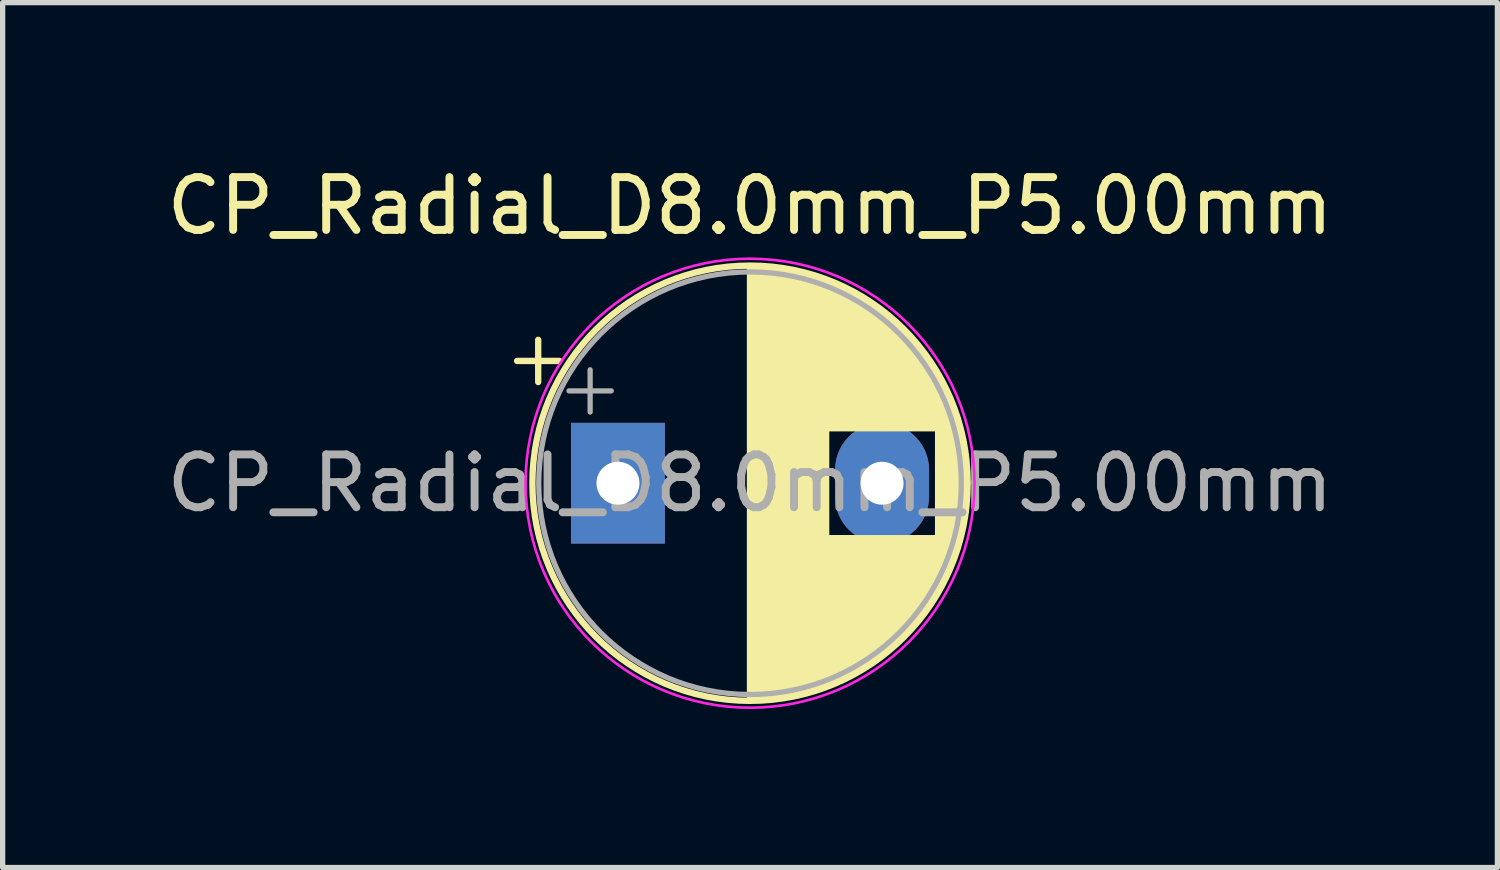
<source format=kicad_pcb>
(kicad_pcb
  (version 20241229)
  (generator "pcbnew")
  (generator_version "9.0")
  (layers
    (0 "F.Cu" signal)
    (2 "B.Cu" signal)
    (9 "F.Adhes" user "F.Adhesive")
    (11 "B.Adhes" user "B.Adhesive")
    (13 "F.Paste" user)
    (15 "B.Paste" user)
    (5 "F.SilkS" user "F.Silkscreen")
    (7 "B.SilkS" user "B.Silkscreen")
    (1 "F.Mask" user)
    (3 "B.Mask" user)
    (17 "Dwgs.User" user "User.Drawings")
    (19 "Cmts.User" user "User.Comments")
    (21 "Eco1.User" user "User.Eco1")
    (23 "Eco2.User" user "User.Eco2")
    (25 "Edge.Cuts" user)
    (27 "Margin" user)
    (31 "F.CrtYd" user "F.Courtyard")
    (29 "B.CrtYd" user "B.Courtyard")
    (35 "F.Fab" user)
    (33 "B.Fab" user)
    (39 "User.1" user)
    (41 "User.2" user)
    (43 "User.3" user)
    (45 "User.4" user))
  (footprint "CP_Radial_D8.0mm_P5.00mm"
    (layer "F.Cu")
    (at 8.649 6.098)
    (property "Reference" "CP_Radial_D8.0mm_P5.00mm" (at 2.5 -5.25 0) (layer "F.SilkS") (effects (font (size 1 1) (thickness 0.15))))
    (attr through_hole)
    (fp_line (start -1.91 -2.315) (end -1.11 -2.315) (stroke (width 0.12) (type solid)) (layer "F.SilkS"))
    (fp_line (start -1.51 -2.715) (end -1.51 -1.915) (stroke (width 0.12) (type solid)) (layer "F.SilkS"))
    (fp_line (start 2.5 -4.08) (end 2.5 4.08) (stroke (width 0.12) (type solid)) (layer "F.SilkS"))
    (fp_line (start 2.54 -4.08) (end 2.54 4.08) (stroke (width 0.12) (type solid)) (layer "F.SilkS"))
    (fp_line (start 2.58 -4.08) (end 2.58 4.08) (stroke (width 0.12) (type solid)) (layer "F.SilkS"))
    (fp_line (start 2.62 -4.079) (end 2.62 4.079) (stroke (width 0.12) (type solid)) (layer "F.SilkS"))
    (fp_line (start 2.66 -4.077) (end 2.66 4.077) (stroke (width 0.12) (type solid)) (layer "F.SilkS"))
    (fp_line (start 2.7 -4.076) (end 2.7 4.076) (stroke (width 0.12) (type solid)) (layer "F.SilkS"))
    (fp_line (start 2.74 -4.074) (end 2.74 4.074) (stroke (width 0.12) (type solid)) (layer "F.SilkS"))
    (fp_line (start 2.78 -4.071) (end 2.78 4.071) (stroke (width 0.12) (type solid)) (layer "F.SilkS"))
    (fp_line (start 2.82 -4.068) (end 2.82 4.068) (stroke (width 0.12) (type solid)) (layer "F.SilkS"))
    (fp_line (start 2.86 -4.065) (end 2.86 4.065) (stroke (width 0.12) (type solid)) (layer "F.SilkS"))
    (fp_line (start 2.9 -4.061) (end 2.9 4.061) (stroke (width 0.12) (type solid)) (layer "F.SilkS"))
    (fp_line (start 2.94 -4.057) (end 2.94 4.057) (stroke (width 0.12) (type solid)) (layer "F.SilkS"))
    (fp_line (start 2.98 -4.052) (end 2.98 4.052) (stroke (width 0.12) (type solid)) (layer "F.SilkS"))
    (fp_line (start 3.02 -4.048) (end 3.02 4.048) (stroke (width 0.12) (type solid)) (layer "F.SilkS"))
    (fp_line (start 3.06 -4.042) (end 3.06 4.042) (stroke (width 0.12) (type solid)) (layer "F.SilkS"))
    (fp_line (start 3.1 -4.037) (end 3.1 4.037) (stroke (width 0.12) (type solid)) (layer "F.SilkS"))
    (fp_line (start 3.14 -4.03) (end 3.14 4.03) (stroke (width 0.12) (type solid)) (layer "F.SilkS"))
    (fp_line (start 3.18 -4.024) (end 3.18 4.024) (stroke (width 0.12) (type solid)) (layer "F.SilkS"))
    (fp_line (start 3.221 -4.017) (end 3.221 4.017) (stroke (width 0.12) (type solid)) (layer "F.SilkS"))
    (fp_line (start 3.261 -4.01) (end 3.261 4.01) (stroke (width 0.12) (type solid)) (layer "F.SilkS"))
    (fp_line (start 3.301 -4.002) (end 3.301 4.002) (stroke (width 0.12) (type solid)) (layer "F.SilkS"))
    (fp_line (start 3.341 -3.994) (end 3.341 3.994) (stroke (width 0.12) (type solid)) (layer "F.SilkS"))
    (fp_line (start 3.381 -3.985) (end 3.381 3.985) (stroke (width 0.12) (type solid)) (layer "F.SilkS"))
    (fp_line (start 3.421 -3.976) (end 3.421 3.976) (stroke (width 0.12) (type solid)) (layer "F.SilkS"))
    (fp_line (start 3.461 -3.967) (end 3.461 3.967) (stroke (width 0.12) (type solid)) (layer "F.SilkS"))
    (fp_line (start 3.501 -3.957) (end 3.501 3.957) (stroke (width 0.12) (type solid)) (layer "F.SilkS"))
    (fp_line (start 3.541 -3.947) (end 3.541 3.947) (stroke (width 0.12) (type solid)) (layer "F.SilkS"))
    (fp_line (start 3.581 -3.936) (end 3.581 3.936) (stroke (width 0.12) (type solid)) (layer "F.SilkS"))
    (fp_line (start 3.621 -3.925) (end 3.621 3.925) (stroke (width 0.12) (type solid)) (layer "F.SilkS"))
    (fp_line (start 3.661 -3.914) (end 3.661 3.914) (stroke (width 0.12) (type solid)) (layer "F.SilkS"))
    (fp_line (start 3.701 -3.902) (end 3.701 3.902) (stroke (width 0.12) (type solid)) (layer "F.SilkS"))
    (fp_line (start 3.741 -3.889) (end 3.741 3.889) (stroke (width 0.12) (type solid)) (layer "F.SilkS"))
    (fp_line (start 3.781 -3.877) (end 3.781 3.877) (stroke (width 0.12) (type solid)) (layer "F.SilkS"))
    (fp_line (start 3.821 -3.863) (end 3.821 3.863) (stroke (width 0.12) (type solid)) (layer "F.SilkS"))
    (fp_line (start 3.861 -3.85) (end 3.861 3.85) (stroke (width 0.12) (type solid)) (layer "F.SilkS"))
    (fp_line (start 3.901 -3.835) (end 3.901 3.835) (stroke (width 0.12) (type solid)) (layer "F.SilkS"))
    (fp_line (start 3.941 -3.821) (end 3.941 3.821) (stroke (width 0.12) (type solid)) (layer "F.SilkS"))
    (fp_line (start 3.981 -3.805) (end 3.981 -1.04) (stroke (width 0.12) (type solid)) (layer "F.SilkS"))
    (fp_line (start 3.981 1.04) (end 3.981 3.805) (stroke (width 0.12) (type solid)) (layer "F.SilkS"))
    (fp_line (start 4.021 -3.79) (end 4.021 -1.04) (stroke (width 0.12) (type solid)) (layer "F.SilkS"))
    (fp_line (start 4.021 1.04) (end 4.021 3.79) (stroke (width 0.12) (type solid)) (layer "F.SilkS"))
    (fp_line (start 4.061 -3.774) (end 4.061 -1.04) (stroke (width 0.12) (type solid)) (layer "F.SilkS"))
    (fp_line (start 4.061 1.04) (end 4.061 3.774) (stroke (width 0.12) (type solid)) (layer "F.SilkS"))
    (fp_line (start 4.101 -3.757) (end 4.101 -1.04) (stroke (width 0.12) (type solid)) (layer "F.SilkS"))
    (fp_line (start 4.101 1.04) (end 4.101 3.757) (stroke (width 0.12) (type solid)) (layer "F.SilkS"))
    (fp_line (start 4.141 -3.74) (end 4.141 -1.04) (stroke (width 0.12) (type solid)) (layer "F.SilkS"))
    (fp_line (start 4.141 1.04) (end 4.141 3.74) (stroke (width 0.12) (type solid)) (layer "F.SilkS"))
    (fp_line (start 4.181 -3.722) (end 4.181 -1.04) (stroke (width 0.12) (type solid)) (layer "F.SilkS"))
    (fp_line (start 4.181 1.04) (end 4.181 3.722) (stroke (width 0.12) (type solid)) (layer "F.SilkS"))
    (fp_line (start 4.221 -3.704) (end 4.221 -1.04) (stroke (width 0.12) (type solid)) (layer "F.SilkS"))
    (fp_line (start 4.221 1.04) (end 4.221 3.704) (stroke (width 0.12) (type solid)) (layer "F.SilkS"))
    (fp_line (start 4.261 -3.686) (end 4.261 -1.04) (stroke (width 0.12) (type solid)) (layer "F.SilkS"))
    (fp_line (start 4.261 1.04) (end 4.261 3.686) (stroke (width 0.12) (type solid)) (layer "F.SilkS"))
    (fp_line (start 4.301 -3.666) (end 4.301 -1.04) (stroke (width 0.12) (type solid)) (layer "F.SilkS"))
    (fp_line (start 4.301 1.04) (end 4.301 3.666) (stroke (width 0.12) (type solid)) (layer "F.SilkS"))
    (fp_line (start 4.341 -3.647) (end 4.341 -1.04) (stroke (width 0.12) (type solid)) (layer "F.SilkS"))
    (fp_line (start 4.341 1.04) (end 4.341 3.647) (stroke (width 0.12) (type solid)) (layer "F.SilkS"))
    (fp_line (start 4.381 -3.627) (end 4.381 -1.04) (stroke (width 0.12) (type solid)) (layer "F.SilkS"))
    (fp_line (start 4.381 1.04) (end 4.381 3.627) (stroke (width 0.12) (type solid)) (layer "F.SilkS"))
    (fp_line (start 4.421 -3.606) (end 4.421 -1.04) (stroke (width 0.12) (type solid)) (layer "F.SilkS"))
    (fp_line (start 4.421 1.04) (end 4.421 3.606) (stroke (width 0.12) (type solid)) (layer "F.SilkS"))
    (fp_line (start 4.461 -3.584) (end 4.461 -1.04) (stroke (width 0.12) (type solid)) (layer "F.SilkS"))
    (fp_line (start 4.461 1.04) (end 4.461 3.584) (stroke (width 0.12) (type solid)) (layer "F.SilkS"))
    (fp_line (start 4.501 -3.562) (end 4.501 -1.04) (stroke (width 0.12) (type solid)) (layer "F.SilkS"))
    (fp_line (start 4.501 1.04) (end 4.501 3.562) (stroke (width 0.12) (type solid)) (layer "F.SilkS"))
    (fp_line (start 4.541 -3.54) (end 4.541 -1.04) (stroke (width 0.12) (type solid)) (layer "F.SilkS"))
    (fp_line (start 4.541 1.04) (end 4.541 3.54) (stroke (width 0.12) (type solid)) (layer "F.SilkS"))
    (fp_line (start 4.581 -3.517) (end 4.581 -1.04) (stroke (width 0.12) (type solid)) (layer "F.SilkS"))
    (fp_line (start 4.581 1.04) (end 4.581 3.517) (stroke (width 0.12) (type solid)) (layer "F.SilkS"))
    (fp_line (start 4.621 -3.493) (end 4.621 -1.04) (stroke (width 0.12) (type solid)) (layer "F.SilkS"))
    (fp_line (start 4.621 1.04) (end 4.621 3.493) (stroke (width 0.12) (type solid)) (layer "F.SilkS"))
    (fp_line (start 4.661 -3.469) (end 4.661 -1.04) (stroke (width 0.12) (type solid)) (layer "F.SilkS"))
    (fp_line (start 4.661 1.04) (end 4.661 3.469) (stroke (width 0.12) (type solid)) (layer "F.SilkS"))
    (fp_line (start 4.701 -3.444) (end 4.701 -1.04) (stroke (width 0.12) (type solid)) (layer "F.SilkS"))
    (fp_line (start 4.701 1.04) (end 4.701 3.444) (stroke (width 0.12) (type solid)) (layer "F.SilkS"))
    (fp_line (start 4.741 -3.418) (end 4.741 -1.04) (stroke (width 0.12) (type solid)) (layer "F.SilkS"))
    (fp_line (start 4.741 1.04) (end 4.741 3.418) (stroke (width 0.12) (type solid)) (layer "F.SilkS"))
    (fp_line (start 4.781 -3.392) (end 4.781 -1.04) (stroke (width 0.12) (type solid)) (layer "F.SilkS"))
    (fp_line (start 4.781 1.04) (end 4.781 3.392) (stroke (width 0.12) (type solid)) (layer "F.SilkS"))
    (fp_line (start 4.821 -3.365) (end 4.821 -1.04) (stroke (width 0.12) (type solid)) (layer "F.SilkS"))
    (fp_line (start 4.821 1.04) (end 4.821 3.365) (stroke (width 0.12) (type solid)) (layer "F.SilkS"))
    (fp_line (start 4.861 -3.338) (end 4.861 -1.04) (stroke (width 0.12) (type solid)) (layer "F.SilkS"))
    (fp_line (start 4.861 1.04) (end 4.861 3.338) (stroke (width 0.12) (type solid)) (layer "F.SilkS"))
    (fp_line (start 4.901 -3.309) (end 4.901 -1.04) (stroke (width 0.12) (type solid)) (layer "F.SilkS"))
    (fp_line (start 4.901 1.04) (end 4.901 3.309) (stroke (width 0.12) (type solid)) (layer "F.SilkS"))
    (fp_line (start 4.941 -3.28) (end 4.941 -1.04) (stroke (width 0.12) (type solid)) (layer "F.SilkS"))
    (fp_line (start 4.941 1.04) (end 4.941 3.28) (stroke (width 0.12) (type solid)) (layer "F.SilkS"))
    (fp_line (start 4.981 -3.25) (end 4.981 -1.04) (stroke (width 0.12) (type solid)) (layer "F.SilkS"))
    (fp_line (start 4.981 1.04) (end 4.981 3.25) (stroke (width 0.12) (type solid)) (layer "F.SilkS"))
    (fp_line (start 5.021 -3.22) (end 5.021 -1.04) (stroke (width 0.12) (type solid)) (layer "F.SilkS"))
    (fp_line (start 5.021 1.04) (end 5.021 3.22) (stroke (width 0.12) (type solid)) (layer "F.SilkS"))
    (fp_line (start 5.061 -3.189) (end 5.061 -1.04) (stroke (width 0.12) (type solid)) (layer "F.SilkS"))
    (fp_line (start 5.061 1.04) (end 5.061 3.189) (stroke (width 0.12) (type solid)) (layer "F.SilkS"))
    (fp_line (start 5.101 -3.156) (end 5.101 -1.04) (stroke (width 0.12) (type solid)) (layer "F.SilkS"))
    (fp_line (start 5.101 1.04) (end 5.101 3.156) (stroke (width 0.12) (type solid)) (layer "F.SilkS"))
    (fp_line (start 5.141 -3.124) (end 5.141 -1.04) (stroke (width 0.12) (type solid)) (layer "F.SilkS"))
    (fp_line (start 5.141 1.04) (end 5.141 3.124) (stroke (width 0.12) (type solid)) (layer "F.SilkS"))
    (fp_line (start 5.181 -3.09) (end 5.181 -1.04) (stroke (width 0.12) (type solid)) (layer "F.SilkS"))
    (fp_line (start 5.181 1.04) (end 5.181 3.09) (stroke (width 0.12) (type solid)) (layer "F.SilkS"))
    (fp_line (start 5.221 -3.055) (end 5.221 -1.04) (stroke (width 0.12) (type solid)) (layer "F.SilkS"))
    (fp_line (start 5.221 1.04) (end 5.221 3.055) (stroke (width 0.12) (type solid)) (layer "F.SilkS"))
    (fp_line (start 5.261 -3.019) (end 5.261 -1.04) (stroke (width 0.12) (type solid)) (layer "F.SilkS"))
    (fp_line (start 5.261 1.04) (end 5.261 3.019) (stroke (width 0.12) (type solid)) (layer "F.SilkS"))
    (fp_line (start 5.301 -2.983) (end 5.301 -1.04) (stroke (width 0.12) (type solid)) (layer "F.SilkS"))
    (fp_line (start 5.301 1.04) (end 5.301 2.983) (stroke (width 0.12) (type solid)) (layer "F.SilkS"))
    (fp_line (start 5.341 -2.945) (end 5.341 -1.04) (stroke (width 0.12) (type solid)) (layer "F.SilkS"))
    (fp_line (start 5.341 1.04) (end 5.341 2.945) (stroke (width 0.12) (type solid)) (layer "F.SilkS"))
    (fp_line (start 5.381 -2.907) (end 5.381 -1.04) (stroke (width 0.12) (type solid)) (layer "F.SilkS"))
    (fp_line (start 5.381 1.04) (end 5.381 2.907) (stroke (width 0.12) (type solid)) (layer "F.SilkS"))
    (fp_line (start 5.421 -2.867) (end 5.421 -1.04) (stroke (width 0.12) (type solid)) (layer "F.SilkS"))
    (fp_line (start 5.421 1.04) (end 5.421 2.867) (stroke (width 0.12) (type solid)) (layer "F.SilkS"))
    (fp_line (start 5.461 -2.826) (end 5.461 -1.04) (stroke (width 0.12) (type solid)) (layer "F.SilkS"))
    (fp_line (start 5.461 1.04) (end 5.461 2.826) (stroke (width 0.12) (type solid)) (layer "F.SilkS"))
    (fp_line (start 5.501 -2.784) (end 5.501 -1.04) (stroke (width 0.12) (type solid)) (layer "F.SilkS"))
    (fp_line (start 5.501 1.04) (end 5.501 2.784) (stroke (width 0.12) (type solid)) (layer "F.SilkS"))
    (fp_line (start 5.541 -2.741) (end 5.541 -1.04) (stroke (width 0.12) (type solid)) (layer "F.SilkS"))
    (fp_line (start 5.541 1.04) (end 5.541 2.741) (stroke (width 0.12) (type solid)) (layer "F.SilkS"))
    (fp_line (start 5.581 -2.697) (end 5.581 -1.04) (stroke (width 0.12) (type solid)) (layer "F.SilkS"))
    (fp_line (start 5.581 1.04) (end 5.581 2.697) (stroke (width 0.12) (type solid)) (layer "F.SilkS"))
    (fp_line (start 5.621 -2.651) (end 5.621 -1.04) (stroke (width 0.12) (type solid)) (layer "F.SilkS"))
    (fp_line (start 5.621 1.04) (end 5.621 2.651) (stroke (width 0.12) (type solid)) (layer "F.SilkS"))
    (fp_line (start 5.661 -2.604) (end 5.661 -1.04) (stroke (width 0.12) (type solid)) (layer "F.SilkS"))
    (fp_line (start 5.661 1.04) (end 5.661 2.604) (stroke (width 0.12) (type solid)) (layer "F.SilkS"))
    (fp_line (start 5.701 -2.556) (end 5.701 -1.04) (stroke (width 0.12) (type solid)) (layer "F.SilkS"))
    (fp_line (start 5.701 1.04) (end 5.701 2.556) (stroke (width 0.12) (type solid)) (layer "F.SilkS"))
    (fp_line (start 5.741 -2.505) (end 5.741 -1.04) (stroke (width 0.12) (type solid)) (layer "F.SilkS"))
    (fp_line (start 5.741 1.04) (end 5.741 2.505) (stroke (width 0.12) (type solid)) (layer "F.SilkS"))
    (fp_line (start 5.781 -2.454) (end 5.781 -1.04) (stroke (width 0.12) (type solid)) (layer "F.SilkS"))
    (fp_line (start 5.781 1.04) (end 5.781 2.454) (stroke (width 0.12) (type solid)) (layer "F.SilkS"))
    (fp_line (start 5.821 -2.4) (end 5.821 -1.04) (stroke (width 0.12) (type solid)) (layer "F.SilkS"))
    (fp_line (start 5.821 1.04) (end 5.821 2.4) (stroke (width 0.12) (type solid)) (layer "F.SilkS"))
    (fp_line (start 5.861 -2.345) (end 5.861 -1.04) (stroke (width 0.12) (type solid)) (layer "F.SilkS"))
    (fp_line (start 5.861 1.04) (end 5.861 2.345) (stroke (width 0.12) (type solid)) (layer "F.SilkS"))
    (fp_line (start 5.901 -2.287) (end 5.901 -1.04) (stroke (width 0.12) (type solid)) (layer "F.SilkS"))
    (fp_line (start 5.901 1.04) (end 5.901 2.287) (stroke (width 0.12) (type solid)) (layer "F.SilkS"))
    (fp_line (start 5.941 -2.228) (end 5.941 -1.04) (stroke (width 0.12) (type solid)) (layer "F.SilkS"))
    (fp_line (start 5.941 1.04) (end 5.941 2.228) (stroke (width 0.12) (type solid)) (layer "F.SilkS"))
    (fp_line (start 5.981 -2.166) (end 5.981 -1.04) (stroke (width 0.12) (type solid)) (layer "F.SilkS"))
    (fp_line (start 5.981 1.04) (end 5.981 2.166) (stroke (width 0.12) (type solid)) (layer "F.SilkS"))
    (fp_line (start 6.021 -2.102) (end 6.021 -1.04) (stroke (width 0.12) (type solid)) (layer "F.SilkS"))
    (fp_line (start 6.021 1.04) (end 6.021 2.102) (stroke (width 0.12) (type solid)) (layer "F.SilkS"))
    (fp_line (start 6.061 -2.034) (end 6.061 2.034) (stroke (width 0.12) (type solid)) (layer "F.SilkS"))
    (fp_line (start 6.101 -1.964) (end 6.101 1.964) (stroke (width 0.12) (type solid)) (layer "F.SilkS"))
    (fp_line (start 6.141 -1.89) (end 6.141 1.89) (stroke (width 0.12) (type solid)) (layer "F.SilkS"))
    (fp_line (start 6.181 -1.813) (end 6.181 1.813) (stroke (width 0.12) (type solid)) (layer "F.SilkS"))
    (fp_line (start 6.221 -1.731) (end 6.221 1.731) (stroke (width 0.12) (type solid)) (layer "F.SilkS"))
    (fp_line (start 6.261 -1.645) (end 6.261 1.645) (stroke (width 0.12) (type solid)) (layer "F.SilkS"))
    (fp_line (start 6.301 -1.552) (end 6.301 1.552) (stroke (width 0.12) (type solid)) (layer "F.SilkS"))
    (fp_line (start 6.341 -1.453) (end 6.341 1.453) (stroke (width 0.12) (type solid)) (layer "F.SilkS"))
    (fp_line (start 6.381 -1.346) (end 6.381 1.346) (stroke (width 0.12) (type solid)) (layer "F.SilkS"))
    (fp_line (start 6.421 -1.229) (end 6.421 1.229) (stroke (width 0.12) (type solid)) (layer "F.SilkS"))
    (fp_line (start 6.461 -1.098) (end 6.461 1.098) (stroke (width 0.12) (type solid)) (layer "F.SilkS"))
    (fp_line (start 6.501 -0.948) (end 6.501 0.948) (stroke (width 0.12) (type solid)) (layer "F.SilkS"))
    (fp_line (start 6.541 -0.768) (end 6.541 0.768) (stroke (width 0.12) (type solid)) (layer "F.SilkS"))
    (fp_line (start 6.581 -0.533) (end 6.581 0.533) (stroke (width 0.12) (type solid)) (layer "F.SilkS"))
    (fp_circle (center 2.5 0) (end 6.62 0) (stroke (width 0.12) (type solid)) (fill no) (layer "F.SilkS"))
    (fp_circle (center 2.5 0) (end 6.75 0) (stroke (width 0.05) (type solid)) (fill no) (layer "F.CrtYd"))
    (fp_line (start -0.927 -1.748) (end -0.127 -1.748) (stroke (width 0.1) (type solid)) (layer "F.Fab"))
    (fp_line (start -0.527 -2.147) (end -0.527 -1.347) (stroke (width 0.1) (type solid)) (layer "F.Fab"))
    (fp_circle (center 2.5 0) (end 6.5 0) (stroke (width 0.1) (type solid)) (fill no) (layer "F.Fab"))
    (fp_text user "${REFERENCE}" (at 2.5 0 0) (layer "F.Fab") (effects (font (size 1 1) (thickness 0.15))))
    (pad "1" thru_hole rect (at 0 0) (size 1.778 2.286) (drill 0.813) (layers "*.Cu" "*.Mask"))
    (pad "2" thru_hole oval (at 5 0) (size 1.778 2.286) (drill 0.813) (layers "*.Cu" "*.Mask")))
  (gr_rect
    (start -3 -3)
    (end 25.298 13.373)
    (stroke (width 0.1) (type default))
    (fill no)
    (layer "Edge.Cuts")))
</source>
